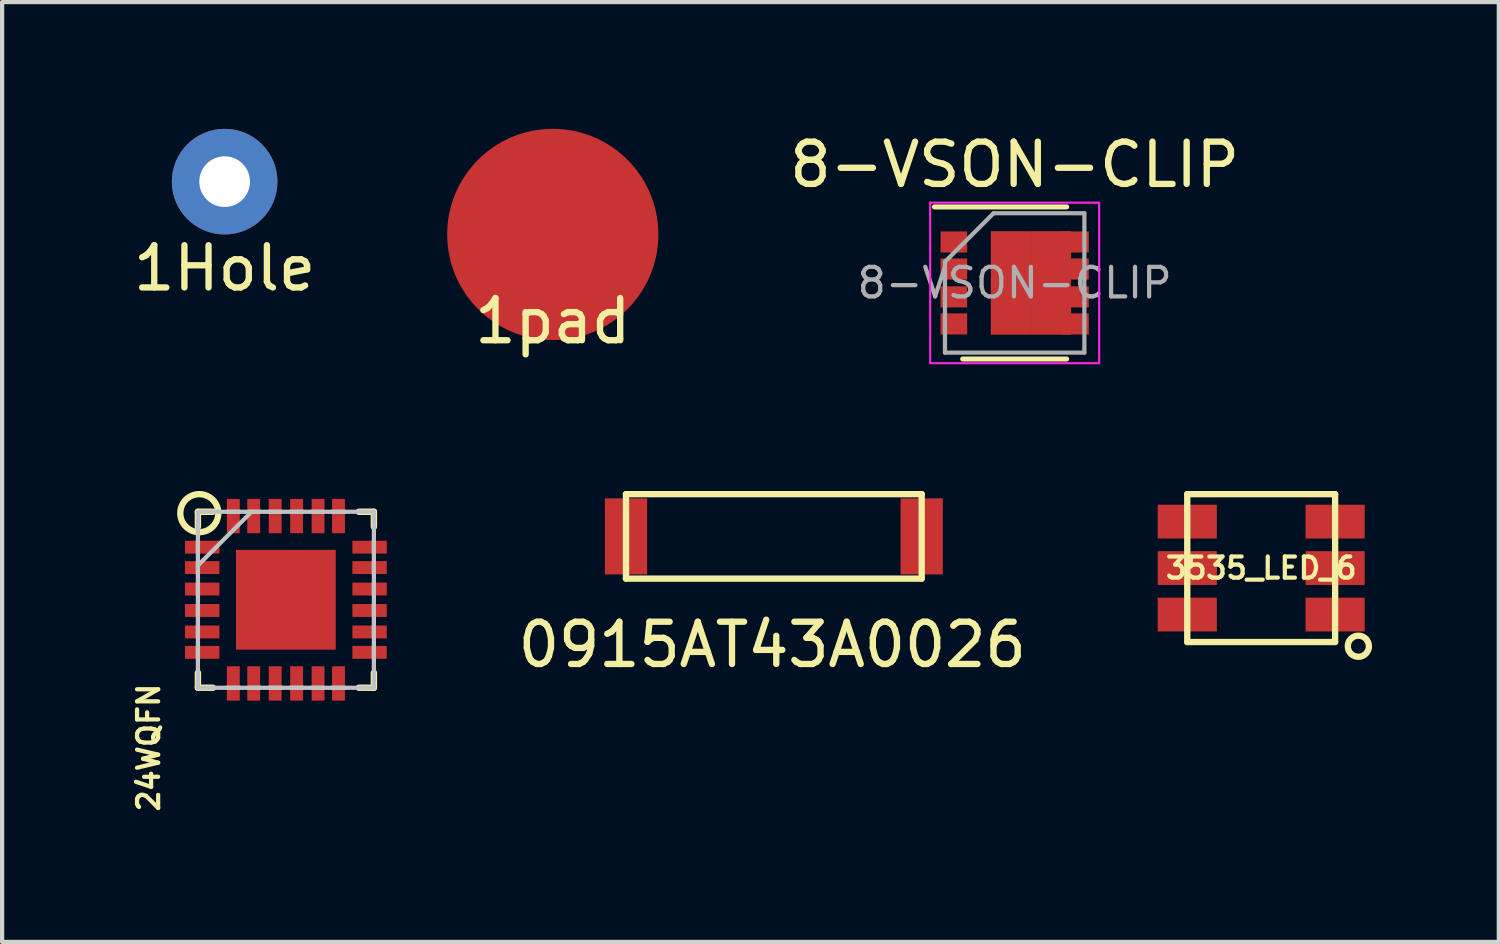
<source format=kicad_pcb>
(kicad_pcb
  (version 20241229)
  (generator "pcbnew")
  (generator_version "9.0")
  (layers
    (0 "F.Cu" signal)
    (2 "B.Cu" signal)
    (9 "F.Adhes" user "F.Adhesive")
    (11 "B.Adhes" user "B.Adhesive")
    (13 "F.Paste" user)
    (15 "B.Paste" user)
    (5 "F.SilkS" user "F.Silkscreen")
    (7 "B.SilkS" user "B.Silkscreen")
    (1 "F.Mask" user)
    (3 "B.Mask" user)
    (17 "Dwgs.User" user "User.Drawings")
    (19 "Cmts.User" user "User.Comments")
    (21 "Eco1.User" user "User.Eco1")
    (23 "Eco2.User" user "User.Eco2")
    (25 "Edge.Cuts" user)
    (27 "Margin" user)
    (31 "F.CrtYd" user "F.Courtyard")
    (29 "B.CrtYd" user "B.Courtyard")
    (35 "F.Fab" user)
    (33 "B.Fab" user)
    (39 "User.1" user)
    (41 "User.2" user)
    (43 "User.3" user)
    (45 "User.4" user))
  (footprint "3535_LED_6"
    (layer "F.Cu")
    (at 26.806 10.398)
    (property "Reference" "3535_LED_6" (at 0 0 0) (layer "F.SilkS") (effects (font (size 0.5 0.5) (thickness 0.1))))
    (attr through_hole)
    (fp_line (start -1.75 -1.75) (end -1.75 1.75) (stroke (width 0.15) (type solid)) (layer "F.SilkS"))
    (fp_line (start -1.75 -1.75) (end 1.75 -1.75) (stroke (width 0.15) (type solid)) (layer "F.SilkS"))
    (fp_line (start -1.75 1.75) (end 1.75 1.75) (stroke (width 0.15) (type solid)) (layer "F.SilkS"))
    (fp_line (start 1.75 -1.75) (end 1.75 1.75) (stroke (width 0.15) (type solid)) (layer "F.SilkS"))
    (fp_circle (center 2.3 1.85) (end 2.3 1.6) (stroke (width 0.15) (type solid)) (fill no) (layer "F.SilkS"))
    (pad "1" smd rect (at 1.75 1.1) (size 1.4 0.8) (layers "F.Cu" "F.Mask" "F.Paste"))
    (pad "2" smd rect (at 1.75 0) (size 1.4 0.8) (layers "F.Cu" "F.Mask" "F.Paste"))
    (pad "3" smd rect (at 1.75 -1.1) (size 1.4 0.8) (layers "F.Cu" "F.Mask" "F.Paste"))
    (pad "4" smd rect (at -1.75 -1.1) (size 1.4 0.8) (layers "F.Cu" "F.Mask" "F.Paste"))
    (pad "5" smd rect (at -1.75 0) (size 1.4 0.8) (layers "F.Cu" "F.Mask" "F.Paste"))
    (pad "6" smd rect (at -1.75 1.1) (size 1.4 0.8) (layers "F.Cu" "F.Mask" "F.Paste")))
  (footprint "8-VSON-CLIP"
    (layer "F.Cu")
    (at 20.97 3.648)
    (property "Reference" "8-VSON-CLIP" (at 0 -2.8 0) (layer "F.SilkS") (effects (font (size 1 1) (thickness 0.15))))
    (attr smd)
    (fp_line (start -1.9 -1.8) (end 1.23 -1.8) (stroke (width 0.12) (type solid)) (layer "F.SilkS"))
    (fp_line (start -1.23 1.8) (end 1.23 1.8) (stroke (width 0.12) (type solid)) (layer "F.SilkS"))
    (fp_line (start -2 -1.9) (end -2 1.9) (stroke (width 0.05) (type solid)) (layer "F.CrtYd"))
    (fp_line (start -2 -1.9) (end 2 -1.9) (stroke (width 0.05) (type solid)) (layer "F.CrtYd"))
    (fp_line (start -2 1.9) (end 2 1.9) (stroke (width 0.05) (type solid)) (layer "F.CrtYd"))
    (fp_line (start 2 -1.9) (end 2 1.9) (stroke (width 0.05) (type solid)) (layer "F.CrtYd"))
    (fp_line (start -1.65 -0.5) (end -0.5 -1.65) (stroke (width 0.1) (type solid)) (layer "F.Fab"))
    (fp_line (start -1.65 1.65) (end -1.65 -0.5) (stroke (width 0.1) (type solid)) (layer "F.Fab"))
    (fp_line (start -0.5 -1.65) (end 1.65 -1.65) (stroke (width 0.1) (type solid)) (layer "F.Fab"))
    (fp_line (start 1.65 -1.65) (end 1.65 1.65) (stroke (width 0.1) (type solid)) (layer "F.Fab"))
    (fp_line (start 1.65 1.65) (end -1.65 1.65) (stroke (width 0.1) (type solid)) (layer "F.Fab"))
    (fp_text user "${REFERENCE}" (at 0 0 0) (layer "F.Fab") (effects (font (size 0.7 0.7) (thickness 0.1))))
    (pad "1D" smd rect (at -0.09 -0.61) (size 0.95 1.23) (layers "F.Cu" "F.Mask" "F.Paste"))
    (pad "1D" smd rect (at -0.09 0.61) (size 0.95 1.23) (layers "F.Cu" "F.Mask" "F.Paste"))
    (pad "1D" smd rect (at 0.86 -0.61) (size 0.95 1.23) (layers "F.Cu" "F.Mask" "F.Paste"))
    (pad "1D" smd rect (at 0.86 0.61) (size 0.95 1.23) (layers "F.Cu" "F.Mask" "F.Paste"))
    (pad "1D" smd rect (at 1.44 -0.97) (size 0.63 0.5) (layers "F.Cu" "F.Mask" "F.Paste"))
    (pad "1D" smd rect (at 1.44 -0.33) (size 0.63 0.5) (layers "F.Cu" "F.Mask" "F.Paste"))
    (pad "1D" smd rect (at 1.44 0.33) (size 0.63 0.5) (layers "F.Cu" "F.Mask" "F.Paste"))
    (pad "1D" smd rect (at 1.44 0.97) (size 0.63 0.5) (layers "F.Cu" "F.Mask" "F.Paste"))
    (pad "1G" smd rect (at -1.44 0.97) (size 0.63 0.5) (layers "F.Cu" "F.Mask" "F.Paste"))
    (pad "1S" smd rect (at -1.44 -0.97) (size 0.63 0.5) (layers "F.Cu" "F.Mask" "F.Paste"))
    (pad "1S" smd rect (at -1.44 -0.33) (size 0.63 0.5) (layers "F.Cu" "F.Mask" "F.Paste"))
    (pad "1S" smd rect (at -1.44 0.33) (size 0.63 0.5) (layers "F.Cu" "F.Mask" "F.Paste")))
  (footprint "24WQFN"
    (layer "F.Cu")
    (at 3.718 11.148)
    (property "Reference" "24WQFN" (at -3.25 3.5 90) (layer "F.SilkS") (effects (font (size 0.5 0.5) (thickness 0.1))))
    (attr smd)
    (fp_line (start -2.083 -2.083) (end -2.083 -1.727) (stroke (width 0.152) (type solid)) (layer "F.SilkS"))
    (fp_line (start -2.083 1.727) (end -2.083 2.083) (stroke (width 0.152) (type solid)) (layer "F.SilkS"))
    (fp_line (start -2.083 2.083) (end -1.727 2.083) (stroke (width 0.152) (type solid)) (layer "F.SilkS"))
    (fp_line (start -1.727 -2.083) (end -2.083 -2.083) (stroke (width 0.152) (type solid)) (layer "F.SilkS"))
    (fp_line (start 1.727 2.083) (end 2.083 2.083) (stroke (width 0.152) (type solid)) (layer "F.SilkS"))
    (fp_line (start 2.083 -2.083) (end 1.727 -2.083) (stroke (width 0.152) (type solid)) (layer "F.SilkS"))
    (fp_line (start 2.083 -1.727) (end 2.083 -2.083) (stroke (width 0.152) (type solid)) (layer "F.SilkS"))
    (fp_line (start 2.083 2.083) (end 2.083 1.727) (stroke (width 0.152) (type solid)) (layer "F.SilkS"))
    (fp_circle (center -2.05 -2.05) (end -2.05 -2.5) (stroke (width 0.15) (type solid)) (fill no) (layer "F.SilkS"))
    (fp_line (start -2.083 -2.083) (end -2.083 2.083) (stroke (width 0.1) (type solid)) (layer "Dwgs.User"))
    (fp_line (start -2.083 -1.397) (end -2.083 -1.092) (stroke (width 0.1) (type solid)) (layer "Dwgs.User"))
    (fp_line (start -2.083 -0.889) (end -2.083 -0.61) (stroke (width 0.1) (type solid)) (layer "Dwgs.User"))
    (fp_line (start -2.083 -0.813) (end -0.813 -2.083) (stroke (width 0.1) (type solid)) (layer "Dwgs.User"))
    (fp_line (start -2.083 -0.406) (end -2.083 -0.102) (stroke (width 0.1) (type solid)) (layer "Dwgs.User"))
    (fp_line (start -2.083 0.102) (end -2.083 0.406) (stroke (width 0.1) (type solid)) (layer "Dwgs.User"))
    (fp_line (start -2.083 0.61) (end -2.083 0.889) (stroke (width 0.1) (type solid)) (layer "Dwgs.User"))
    (fp_line (start -2.083 1.092) (end -2.083 1.397) (stroke (width 0.1) (type solid)) (layer "Dwgs.User"))
    (fp_line (start -2.083 2.083) (end 2.083 2.083) (stroke (width 0.1) (type solid)) (layer "Dwgs.User"))
    (fp_line (start -1.397 2.083) (end -1.092 2.083) (stroke (width 0.1) (type solid)) (layer "Dwgs.User"))
    (fp_line (start -1.092 -2.083) (end -1.397 -2.083) (stroke (width 0.1) (type solid)) (layer "Dwgs.User"))
    (fp_line (start -0.889 2.083) (end -0.61 2.083) (stroke (width 0.1) (type solid)) (layer "Dwgs.User"))
    (fp_line (start -0.61 -2.083) (end -0.889 -2.083) (stroke (width 0.1) (type solid)) (layer "Dwgs.User"))
    (fp_line (start -0.406 2.083) (end -0.102 2.083) (stroke (width 0.1) (type solid)) (layer "Dwgs.User"))
    (fp_line (start -0.102 -2.083) (end -0.406 -2.083) (stroke (width 0.1) (type solid)) (layer "Dwgs.User"))
    (fp_line (start 0.102 2.083) (end 0.406 2.083) (stroke (width 0.1) (type solid)) (layer "Dwgs.User"))
    (fp_line (start 0.406 -2.083) (end 0.102 -2.083) (stroke (width 0.1) (type solid)) (layer "Dwgs.User"))
    (fp_line (start 0.61 2.083) (end 0.889 2.083) (stroke (width 0.1) (type solid)) (layer "Dwgs.User"))
    (fp_line (start 0.889 -2.083) (end 0.61 -2.083) (stroke (width 0.1) (type solid)) (layer "Dwgs.User"))
    (fp_line (start 1.092 2.083) (end 1.397 2.083) (stroke (width 0.1) (type solid)) (layer "Dwgs.User"))
    (fp_line (start 1.397 -2.083) (end 1.092 -2.083) (stroke (width 0.1) (type solid)) (layer "Dwgs.User"))
    (fp_line (start 2.083 -2.083) (end -2.083 -2.083) (stroke (width 0.1) (type solid)) (layer "Dwgs.User"))
    (fp_line (start 2.083 -1.092) (end 2.083 -1.397) (stroke (width 0.1) (type solid)) (layer "Dwgs.User"))
    (fp_line (start 2.083 -0.61) (end 2.083 -0.889) (stroke (width 0.1) (type solid)) (layer "Dwgs.User"))
    (fp_line (start 2.083 -0.102) (end 2.083 -0.406) (stroke (width 0.1) (type solid)) (layer "Dwgs.User"))
    (fp_line (start 2.083 0.406) (end 2.083 0.102) (stroke (width 0.1) (type solid)) (layer "Dwgs.User"))
    (fp_line (start 2.083 0.889) (end 2.083 0.61) (stroke (width 0.1) (type solid)) (layer "Dwgs.User"))
    (fp_line (start 2.083 1.397) (end 2.083 1.092) (stroke (width 0.1) (type solid)) (layer "Dwgs.User"))
    (fp_line (start 2.083 2.083) (end 2.083 -2.083) (stroke (width 0.1) (type solid)) (layer "Dwgs.User"))
    (pad "1" smd rect (at -1.981 -1.245 270) (size 0.305 0.813) (layers "F.Cu" "F.Mask" "F.Paste"))
    (pad "2" smd rect (at -1.981 -0.762 270) (size 0.305 0.813) (layers "F.Cu" "F.Mask" "F.Paste"))
    (pad "3" smd rect (at -1.981 -0.254 270) (size 0.305 0.813) (layers "F.Cu" "F.Mask" "F.Paste"))
    (pad "4" smd rect (at -1.981 0.254 270) (size 0.305 0.813) (layers "F.Cu" "F.Mask" "F.Paste"))
    (pad "5" smd rect (at -1.981 0.762 270) (size 0.305 0.813) (layers "F.Cu" "F.Mask" "F.Paste"))
    (pad "6" smd rect (at -1.981 1.245 270) (size 0.305 0.813) (layers "F.Cu" "F.Mask" "F.Paste"))
    (pad "7" smd rect (at -1.245 1.981 180) (size 0.305 0.813) (layers "F.Cu" "F.Mask" "F.Paste"))
    (pad "8" smd rect (at -0.762 1.981 180) (size 0.305 0.813) (layers "F.Cu" "F.Mask" "F.Paste"))
    (pad "9" smd rect (at -0.254 1.981 180) (size 0.305 0.813) (layers "F.Cu" "F.Mask" "F.Paste"))
    (pad "10" smd rect (at 0.254 1.981 180) (size 0.305 0.813) (layers "F.Cu" "F.Mask" "F.Paste"))
    (pad "11" smd rect (at 0.762 1.981 180) (size 0.305 0.813) (layers "F.Cu" "F.Mask" "F.Paste"))
    (pad "12" smd rect (at 1.245 1.981 180) (size 0.305 0.813) (layers "F.Cu" "F.Mask" "F.Paste"))
    (pad "13" smd rect (at 1.981 1.245 270) (size 0.305 0.813) (layers "F.Cu" "F.Mask" "F.Paste"))
    (pad "14" smd rect (at 1.981 0.762 270) (size 0.305 0.813) (layers "F.Cu" "F.Mask" "F.Paste"))
    (pad "15" smd rect (at 1.981 0.254 270) (size 0.305 0.813) (layers "F.Cu" "F.Mask" "F.Paste"))
    (pad "16" smd rect (at 1.981 -0.254 270) (size 0.305 0.813) (layers "F.Cu" "F.Mask" "F.Paste"))
    (pad "17" smd rect (at 1.981 -0.762 270) (size 0.305 0.813) (layers "F.Cu" "F.Mask" "F.Paste"))
    (pad "18" smd rect (at 1.981 -1.245 270) (size 0.305 0.813) (layers "F.Cu" "F.Mask" "F.Paste"))
    (pad "19" smd rect (at 1.245 -1.981 180) (size 0.305 0.813) (layers "F.Cu" "F.Mask" "F.Paste"))
    (pad "20" smd rect (at 0.762 -1.981 180) (size 0.305 0.813) (layers "F.Cu" "F.Mask" "F.Paste"))
    (pad "21" smd rect (at 0.254 -1.981 180) (size 0.305 0.813) (layers "F.Cu" "F.Mask" "F.Paste"))
    (pad "22" smd rect (at -0.254 -1.981 180) (size 0.305 0.813) (layers "F.Cu" "F.Mask" "F.Paste"))
    (pad "23" smd rect (at -0.762 -1.981 180) (size 0.305 0.813) (layers "F.Cu" "F.Mask" "F.Paste"))
    (pad "24" smd rect (at -1.245 -1.981 180) (size 0.305 0.813) (layers "F.Cu" "F.Mask" "F.Paste"))
    (pad "25" smd rect (at 0 0) (size 2.362 2.362) (layers "F.Cu" "F.Mask" "F.Paste")))
  (footprint "1Hole"
    (layer "F.Cu")
    (at 2.268 1.25)
    (property "Reference" "1Hole" (at 0 2.05 0) (layer "F.SilkS") (effects (font (size 1 1) (thickness 0.15))))
    (attr through_hole)
    (pad "1" thru_hole circle (at 0 0) (size 2.5 2.5) (drill 1.2) (layers "*.Cu" "*.Mask")))
  (footprint "1pad"
    (layer "F.Cu")
    (at 10.036 2.5)
    (property "Reference" "1pad" (at 0 2.05 0) (layer "F.SilkS") (effects (font (size 1 1) (thickness 0.15))))
    (attr through_hole)
    (pad "1" smd circle (at 0 0) (size 5 5) (layers "F.Cu" "F.Mask")))
  (footprint "0915AT43A0026"
    (layer "F.Cu")
    (at 15.269 9.648)
    (property "Reference" "0915AT43A0026" (at -0.038 2.565 0) (layer "F.SilkS") (effects (font (size 1 1) (thickness 0.15))))
    (attr through_hole)
    (fp_line (start -3.5 -1) (end -3.5 1) (stroke (width 0.15) (type solid)) (layer "F.SilkS"))
    (fp_line (start -3.5 1) (end 3.5 1) (stroke (width 0.15) (type solid)) (layer "F.SilkS"))
    (fp_line (start 3.5 -1) (end -3.5 -1) (stroke (width 0.15) (type solid)) (layer "F.SilkS"))
    (fp_line (start 3.5 1) (end 3.5 -1) (stroke (width 0.15) (type solid)) (layer "F.SilkS"))
    (pad "1" smd rect (at -3.5 0) (size 1 1.8) (layers "F.Cu" "F.Mask" "F.Paste"))
    (pad "2" smd rect (at 3.5 0) (size 1 1.8) (layers "F.Cu" "F.Mask" "F.Paste")))
  (gr_rect
    (start -3 -3)
    (end 32.431 19.248)
    (stroke (width 0.1) (type default))
    (fill no)
    (layer "Edge.Cuts")))
</source>
